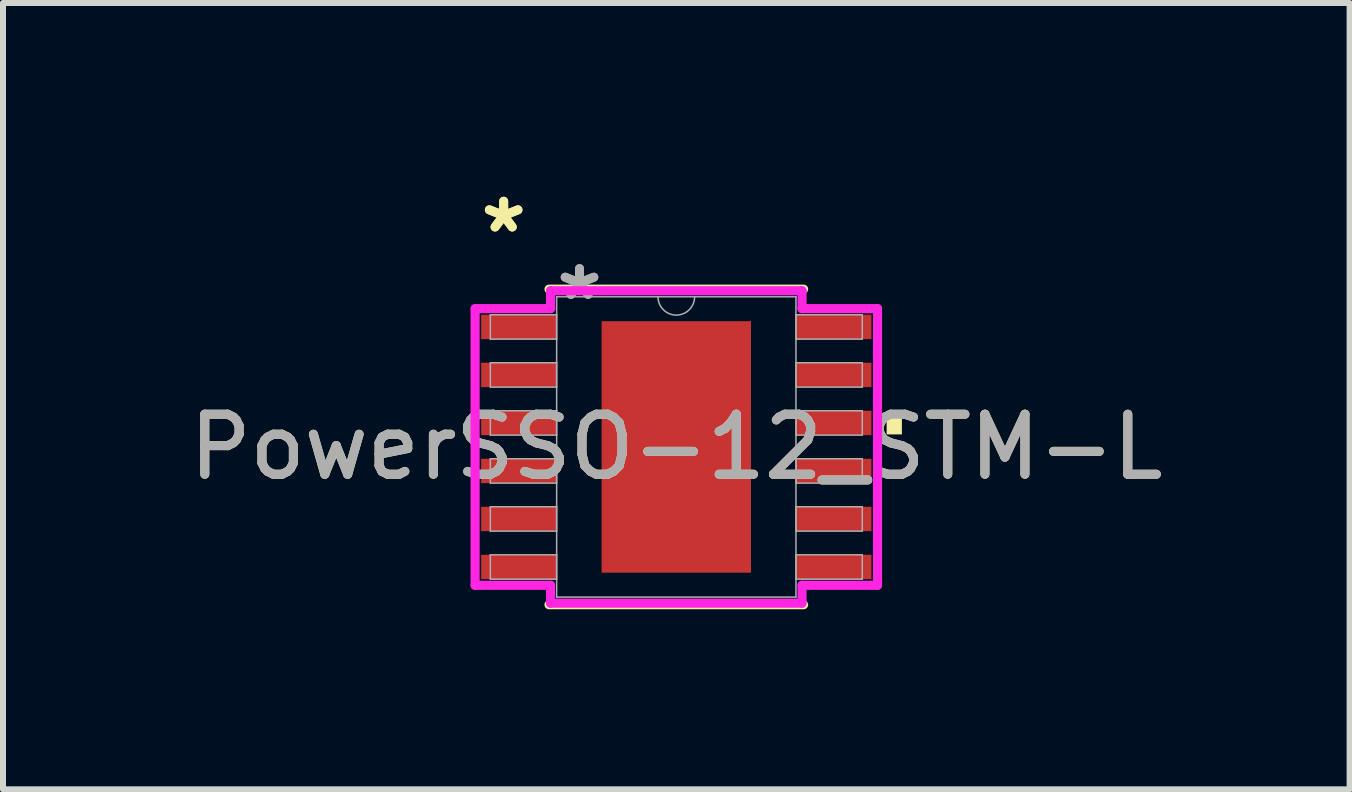
<source format=kicad_pcb>
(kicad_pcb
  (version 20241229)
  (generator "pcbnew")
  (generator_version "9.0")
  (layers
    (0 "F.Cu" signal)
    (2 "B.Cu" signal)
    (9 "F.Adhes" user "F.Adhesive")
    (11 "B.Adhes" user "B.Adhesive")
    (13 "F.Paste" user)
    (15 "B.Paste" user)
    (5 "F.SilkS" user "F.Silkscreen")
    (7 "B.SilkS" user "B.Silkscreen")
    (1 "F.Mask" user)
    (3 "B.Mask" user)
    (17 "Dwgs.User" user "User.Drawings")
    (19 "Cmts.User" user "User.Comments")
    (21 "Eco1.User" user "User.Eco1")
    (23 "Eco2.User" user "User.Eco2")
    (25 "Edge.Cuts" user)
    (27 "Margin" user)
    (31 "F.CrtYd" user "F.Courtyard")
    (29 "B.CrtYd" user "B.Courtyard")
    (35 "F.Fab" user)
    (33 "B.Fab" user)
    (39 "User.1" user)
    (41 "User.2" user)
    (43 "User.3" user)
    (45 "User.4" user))
  (footprint "PowerSSO-12_STM-L"
    (layer "F.Cu")
    (at 8.22 4.398)
    (property "Reference" "PowerSSO-12_STM-L" (at 0 0 0) (unlocked yes) (layer "F.SilkS") (effects (font (size 1 1) (thickness 0.15))))
    (attr smd)
    (fp_line (start -2.121 2.629) (end 2.121 2.629) (stroke (width 0.152) (type solid)) (layer "F.SilkS"))
    (fp_line (start 2.121 -2.629) (end -2.121 -2.629) (stroke (width 0.152) (type solid)) (layer "F.SilkS"))
    (fp_poly (pts (xy 3.759 -0.59) (xy 3.759 -0.209) (xy 3.505 -0.209) (xy 3.505 -0.59)) (stroke (width 0) (type solid)) (fill yes) (layer "F.SilkS"))
    (fp_poly (pts (xy -1.145 -1.996) (xy -1.145 -0.798) (xy 1.145 -0.798) (xy 1.145 -1.996)) (stroke (width 0) (type solid)) (fill yes) (layer "F.Paste"))
    (fp_poly (pts (xy -1.145 -0.599) (xy -1.145 0.599) (xy 1.145 0.599) (xy 1.145 -0.599)) (stroke (width 0) (type solid)) (fill yes) (layer "F.Paste"))
    (fp_poly (pts (xy -1.145 0.798) (xy -1.145 1.996) (xy 1.145 1.996) (xy 1.145 0.798)) (stroke (width 0) (type solid)) (fill yes) (layer "F.Paste"))
    (fp_line (start -3.353 -2.305) (end -2.095 -2.305) (stroke (width 0.152) (type solid)) (layer "F.CrtYd"))
    (fp_line (start -3.353 2.305) (end -3.353 -2.305) (stroke (width 0.152) (type solid)) (layer "F.CrtYd"))
    (fp_line (start -3.353 2.305) (end -2.095 2.305) (stroke (width 0.152) (type solid)) (layer "F.CrtYd"))
    (fp_line (start -2.095 -2.603) (end 2.095 -2.603) (stroke (width 0.152) (type solid)) (layer "F.CrtYd"))
    (fp_line (start -2.095 -2.305) (end -2.095 -2.603) (stroke (width 0.152) (type solid)) (layer "F.CrtYd"))
    (fp_line (start -2.095 2.603) (end -2.095 2.305) (stroke (width 0.152) (type solid)) (layer "F.CrtYd"))
    (fp_line (start 2.095 -2.603) (end 2.095 -2.305) (stroke (width 0.152) (type solid)) (layer "F.CrtYd"))
    (fp_line (start 2.095 2.305) (end 2.095 2.603) (stroke (width 0.152) (type solid)) (layer "F.CrtYd"))
    (fp_line (start 2.095 2.603) (end -2.095 2.603) (stroke (width 0.152) (type solid)) (layer "F.CrtYd"))
    (fp_line (start 3.353 -2.305) (end 2.095 -2.305) (stroke (width 0.152) (type solid)) (layer "F.CrtYd"))
    (fp_line (start 3.353 -2.305) (end 3.353 2.305) (stroke (width 0.152) (type solid)) (layer "F.CrtYd"))
    (fp_line (start 3.353 2.305) (end 2.095 2.305) (stroke (width 0.152) (type solid)) (layer "F.CrtYd"))
    (fp_line (start -3.099 -2.203) (end -3.099 -1.797) (stroke (width 0.025) (type solid)) (layer "F.Fab"))
    (fp_line (start -3.099 -1.797) (end -1.994 -1.797) (stroke (width 0.025) (type solid)) (layer "F.Fab"))
    (fp_line (start -3.099 -1.403) (end -3.099 -0.997) (stroke (width 0.025) (type solid)) (layer "F.Fab"))
    (fp_line (start -3.099 -0.997) (end -1.994 -0.997) (stroke (width 0.025) (type solid)) (layer "F.Fab"))
    (fp_line (start -3.099 -0.603) (end -3.099 -0.197) (stroke (width 0.025) (type solid)) (layer "F.Fab"))
    (fp_line (start -3.099 -0.197) (end -1.994 -0.197) (stroke (width 0.025) (type solid)) (layer "F.Fab"))
    (fp_line (start -3.099 0.197) (end -3.099 0.603) (stroke (width 0.025) (type solid)) (layer "F.Fab"))
    (fp_line (start -3.099 0.603) (end -1.994 0.603) (stroke (width 0.025) (type solid)) (layer "F.Fab"))
    (fp_line (start -3.099 0.997) (end -3.099 1.403) (stroke (width 0.025) (type solid)) (layer "F.Fab"))
    (fp_line (start -3.099 1.403) (end -1.994 1.403) (stroke (width 0.025) (type solid)) (layer "F.Fab"))
    (fp_line (start -3.099 1.797) (end -3.099 2.203) (stroke (width 0.025) (type solid)) (layer "F.Fab"))
    (fp_line (start -3.099 2.203) (end -1.994 2.203) (stroke (width 0.025) (type solid)) (layer "F.Fab"))
    (fp_line (start -1.994 -2.502) (end -1.994 2.502) (stroke (width 0.025) (type solid)) (layer "F.Fab"))
    (fp_line (start -1.994 -2.203) (end -3.099 -2.203) (stroke (width 0.025) (type solid)) (layer "F.Fab"))
    (fp_line (start -1.994 -1.797) (end -1.994 -2.203) (stroke (width 0.025) (type solid)) (layer "F.Fab"))
    (fp_line (start -1.994 -1.403) (end -3.099 -1.403) (stroke (width 0.025) (type solid)) (layer "F.Fab"))
    (fp_line (start -1.994 -0.997) (end -1.994 -1.403) (stroke (width 0.025) (type solid)) (layer "F.Fab"))
    (fp_line (start -1.994 -0.603) (end -3.099 -0.603) (stroke (width 0.025) (type solid)) (layer "F.Fab"))
    (fp_line (start -1.994 -0.197) (end -1.994 -0.603) (stroke (width 0.025) (type solid)) (layer "F.Fab"))
    (fp_line (start -1.994 0.197) (end -3.099 0.197) (stroke (width 0.025) (type solid)) (layer "F.Fab"))
    (fp_line (start -1.994 0.603) (end -1.994 0.197) (stroke (width 0.025) (type solid)) (layer "F.Fab"))
    (fp_line (start -1.994 0.997) (end -3.099 0.997) (stroke (width 0.025) (type solid)) (layer "F.Fab"))
    (fp_line (start -1.994 1.403) (end -1.994 0.997) (stroke (width 0.025) (type solid)) (layer "F.Fab"))
    (fp_line (start -1.994 1.797) (end -3.099 1.797) (stroke (width 0.025) (type solid)) (layer "F.Fab"))
    (fp_line (start -1.994 2.203) (end -1.994 1.797) (stroke (width 0.025) (type solid)) (layer "F.Fab"))
    (fp_line (start -1.994 2.502) (end 1.994 2.502) (stroke (width 0.025) (type solid)) (layer "F.Fab"))
    (fp_line (start 1.994 -2.502) (end -1.994 -2.502) (stroke (width 0.025) (type solid)) (layer "F.Fab"))
    (fp_line (start 1.994 -2.203) (end 1.994 -1.797) (stroke (width 0.025) (type solid)) (layer "F.Fab"))
    (fp_line (start 1.994 -1.797) (end 3.099 -1.797) (stroke (width 0.025) (type solid)) (layer "F.Fab"))
    (fp_line (start 1.994 -1.403) (end 1.994 -0.997) (stroke (width 0.025) (type solid)) (layer "F.Fab"))
    (fp_line (start 1.994 -0.997) (end 3.099 -0.997) (stroke (width 0.025) (type solid)) (layer "F.Fab"))
    (fp_line (start 1.994 -0.603) (end 1.994 -0.197) (stroke (width 0.025) (type solid)) (layer "F.Fab"))
    (fp_line (start 1.994 -0.197) (end 3.099 -0.197) (stroke (width 0.025) (type solid)) (layer "F.Fab"))
    (fp_line (start 1.994 0.197) (end 1.994 0.603) (stroke (width 0.025) (type solid)) (layer "F.Fab"))
    (fp_line (start 1.994 0.603) (end 3.099 0.603) (stroke (width 0.025) (type solid)) (layer "F.Fab"))
    (fp_line (start 1.994 0.997) (end 1.994 1.403) (stroke (width 0.025) (type solid)) (layer "F.Fab"))
    (fp_line (start 1.994 1.403) (end 3.099 1.403) (stroke (width 0.025) (type solid)) (layer "F.Fab"))
    (fp_line (start 1.994 1.797) (end 1.994 2.203) (stroke (width 0.025) (type solid)) (layer "F.Fab"))
    (fp_line (start 1.994 2.203) (end 3.099 2.203) (stroke (width 0.025) (type solid)) (layer "F.Fab"))
    (fp_line (start 1.994 2.502) (end 1.994 -2.502) (stroke (width 0.025) (type solid)) (layer "F.Fab"))
    (fp_line (start 3.099 -2.203) (end 1.994 -2.203) (stroke (width 0.025) (type solid)) (layer "F.Fab"))
    (fp_line (start 3.099 -1.797) (end 3.099 -2.203) (stroke (width 0.025) (type solid)) (layer "F.Fab"))
    (fp_line (start 3.099 -1.403) (end 1.994 -1.403) (stroke (width 0.025) (type solid)) (layer "F.Fab"))
    (fp_line (start 3.099 -0.997) (end 3.099 -1.403) (stroke (width 0.025) (type solid)) (layer "F.Fab"))
    (fp_line (start 3.099 -0.603) (end 1.994 -0.603) (stroke (width 0.025) (type solid)) (layer "F.Fab"))
    (fp_line (start 3.099 -0.197) (end 3.099 -0.603) (stroke (width 0.025) (type solid)) (layer "F.Fab"))
    (fp_line (start 3.099 0.197) (end 1.994 0.197) (stroke (width 0.025) (type solid)) (layer "F.Fab"))
    (fp_line (start 3.099 0.603) (end 3.099 0.197) (stroke (width 0.025) (type solid)) (layer "F.Fab"))
    (fp_line (start 3.099 0.997) (end 1.994 0.997) (stroke (width 0.025) (type solid)) (layer "F.Fab"))
    (fp_line (start 3.099 1.403) (end 3.099 0.997) (stroke (width 0.025) (type solid)) (layer "F.Fab"))
    (fp_line (start 3.099 1.797) (end 1.994 1.797) (stroke (width 0.025) (type solid)) (layer "F.Fab"))
    (fp_line (start 3.099 2.203) (end 3.099 1.797) (stroke (width 0.025) (type solid)) (layer "F.Fab"))
    (fp_arc (start 0.3048 -2.5019) (mid 0 -2.1971) (end -0.3048 -2.5019) (stroke (width 0.0254) (type solid)) (layer "F.Fab"))
    (fp_text user "*" (at -2.877 -3.549 0) (layer "F.SilkS") (effects (font (size 1 1) (thickness 0.15))))
    (fp_text user "*" (at -2.877 -3.549 0) (unlocked yes) (layer "F.SilkS") (effects (font (size 1 1) (thickness 0.15))))
    (fp_text user "${REFERENCE}" (at 0 0 0) (unlocked yes) (layer "F.Fab") (effects (font (size 1 1) (thickness 0.15))))
    (fp_text user "*" (at -1.613 -2.426 0) (unlocked yes) (layer "F.Fab") (effects (font (size 1 1) (thickness 0.15))))
    (fp_text user "*" (at -1.613 -2.426 0) (layer "F.Fab") (effects (font (size 1 1) (thickness 0.15))))
    (pad "1" smd rect (at -2.623 -2) (size 1.257 0.406) (layers "F.Cu" "F.Mask" "F.Paste"))
    (pad "2" smd rect (at -2.623 -1.2) (size 1.257 0.406) (layers "F.Cu" "F.Mask" "F.Paste"))
    (pad "3" smd rect (at -2.623 -0.4) (size 1.257 0.406) (layers "F.Cu" "F.Mask" "F.Paste"))
    (pad "4" smd rect (at -2.623 0.4) (size 1.257 0.406) (layers "F.Cu" "F.Mask" "F.Paste"))
    (pad "5" smd rect (at -2.623 1.2) (size 1.257 0.406) (layers "F.Cu" "F.Mask" "F.Paste"))
    (pad "6" smd rect (at -2.623 2) (size 1.257 0.406) (layers "F.Cu" "F.Mask" "F.Paste"))
    (pad "7" smd rect (at 2.623 2) (size 1.257 0.406) (layers "F.Cu" "F.Mask" "F.Paste"))
    (pad "8" smd rect (at 2.623 1.2) (size 1.257 0.406) (layers "F.Cu" "F.Mask" "F.Paste"))
    (pad "9" smd rect (at 2.623 0.4) (size 1.257 0.406) (layers "F.Cu" "F.Mask" "F.Paste"))
    (pad "10" smd rect (at 2.623 -0.4) (size 1.257 0.406) (layers "F.Cu" "F.Mask" "F.Paste"))
    (pad "11" smd rect (at 2.623 -1.2) (size 1.257 0.406) (layers "F.Cu" "F.Mask" "F.Paste"))
    (pad "12" smd rect (at 2.623 -2) (size 1.257 0.406) (layers "F.Cu" "F.Mask" "F.Paste"))
    (pad "EPAD" smd rect (at 0 0) (size 2.489 4.191) (layers "F.Cu" "F.Mask")))
  (gr_rect
    (start -3 -3)
    (end 19.44 10.103)
    (stroke (width 0.1) (type default))
    (fill no)
    (layer "Edge.Cuts")))
</source>
